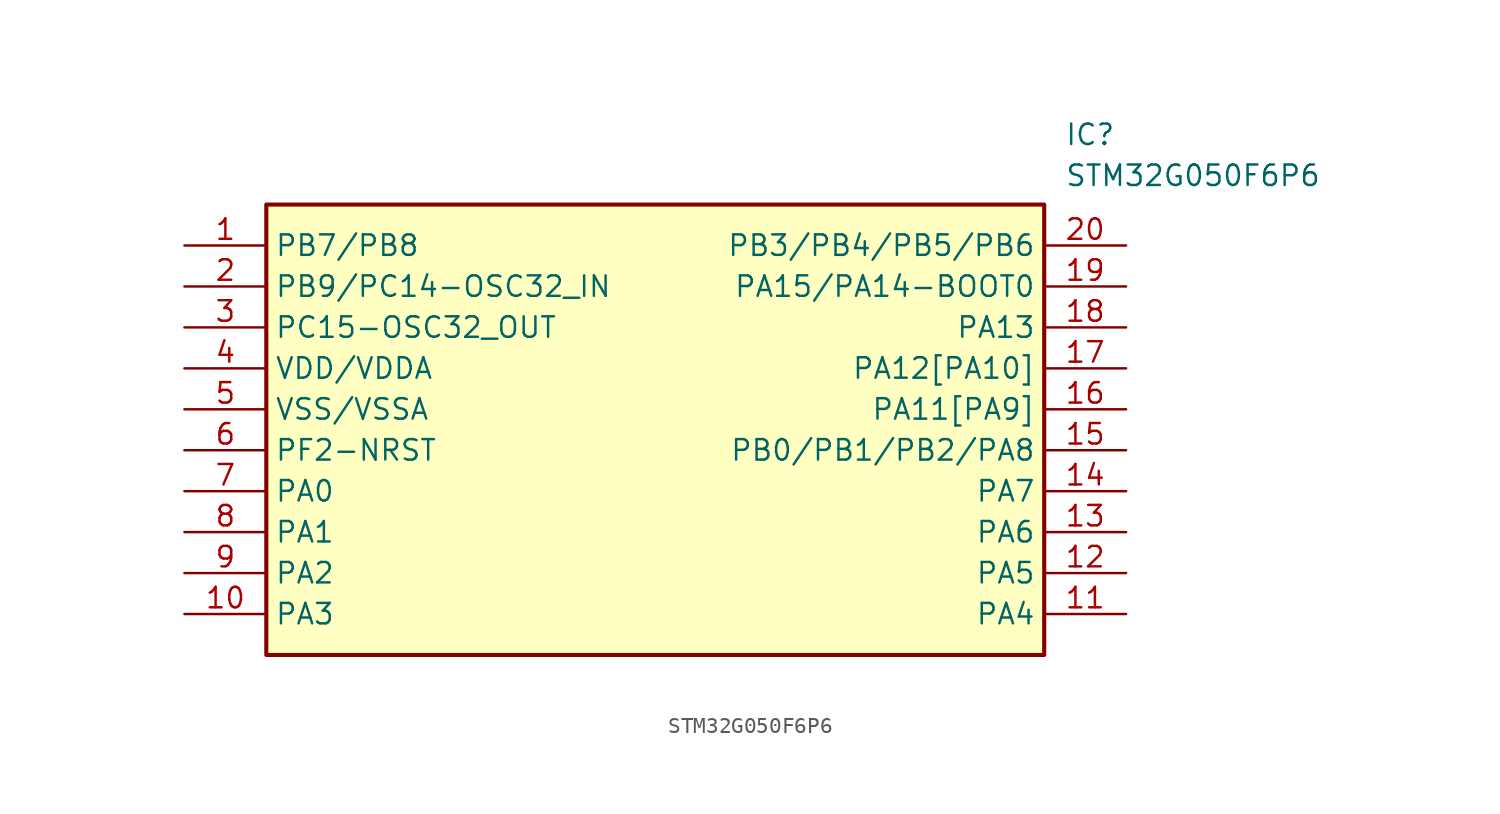
<source format=kicad_sym>
(kicad_symbol_lib
  (version 20211014)
  (generator SamacSys_ECAD_Model)
  (symbol "STM32G050F6P6"
    (property "Reference" "IC"
      (at 54.61 7.62 0)
      (effects (font (size 1.27 1.27)) (justify left top)))
    (property "Value" "STM32G050F6P6"
      (at 54.61 5.08 0)
      (effects (font (size 1.27 1.27)) (justify left top)))
    (rectangle
      (start 5.08 2.54)
      (end 53.34 -25.4)
      (stroke (width 0.254) (type default))
      (fill (type background)))
    (pin passive line
      (at 0 0 0)
      (length 5.08)
      (name "PB7/PB8" (effects (font (size 1.27 1.27))))
      (number "1" (effects (font (size 1.27 1.27)))))
    (pin passive line
      (at 0 -2.54 0)
      (length 5.08)
      (name "PB9/PC14-OSC32_IN" (effects (font (size 1.27 1.27))))
      (number "2" (effects (font (size 1.27 1.27)))))
    (pin passive line
      (at 0 -5.08 0)
      (length 5.08)
      (name "PC15-OSC32_OUT" (effects (font (size 1.27 1.27))))
      (number "3" (effects (font (size 1.27 1.27)))))
    (pin passive line
      (at 0 -7.62 0)
      (length 5.08)
      (name "VDD/VDDA" (effects (font (size 1.27 1.27))))
      (number "4" (effects (font (size 1.27 1.27)))))
    (pin passive line
      (at 0 -10.16 0)
      (length 5.08)
      (name "VSS/VSSA" (effects (font (size 1.27 1.27))))
      (number "5" (effects (font (size 1.27 1.27)))))
    (pin passive line
      (at 0 -12.7 0)
      (length 5.08)
      (name "PF2-NRST" (effects (font (size 1.27 1.27))))
      (number "6" (effects (font (size 1.27 1.27)))))
    (pin passive line
      (at 0 -15.24 0)
      (length 5.08)
      (name "PA0" (effects (font (size 1.27 1.27))))
      (number "7" (effects (font (size 1.27 1.27)))))
    (pin passive line
      (at 0 -17.78 0)
      (length 5.08)
      (name "PA1" (effects (font (size 1.27 1.27))))
      (number "8" (effects (font (size 1.27 1.27)))))
    (pin passive line
      (at 0 -20.32 0)
      (length 5.08)
      (name "PA2" (effects (font (size 1.27 1.27))))
      (number "9" (effects (font (size 1.27 1.27)))))
    (pin passive line
      (at 0 -22.86 0)
      (length 5.08)
      (name "PA3" (effects (font (size 1.27 1.27))))
      (number "10" (effects (font (size 1.27 1.27)))))
    (pin passive line
      (at 58.42 0 180)
      (length 5.08)
      (name "PB3/PB4/PB5/PB6" (effects (font (size 1.27 1.27))))
      (number "20" (effects (font (size 1.27 1.27)))))
    (pin passive line
      (at 58.42 -2.54 180)
      (length 5.08)
      (name "PA15/PA14-BOOT0" (effects (font (size 1.27 1.27))))
      (number "19" (effects (font (size 1.27 1.27)))))
    (pin passive line
      (at 58.42 -5.08 180)
      (length 5.08)
      (name "PA13" (effects (font (size 1.27 1.27))))
      (number "18" (effects (font (size 1.27 1.27)))))
    (pin passive line
      (at 58.42 -7.62 180)
      (length 5.08)
      (name "PA12[PA10]" (effects (font (size 1.27 1.27))))
      (number "17" (effects (font (size 1.27 1.27)))))
    (pin passive line
      (at 58.42 -10.16 180)
      (length 5.08)
      (name "PA11[PA9]" (effects (font (size 1.27 1.27))))
      (number "16" (effects (font (size 1.27 1.27)))))
    (pin passive line
      (at 58.42 -12.7 180)
      (length 5.08)
      (name "PB0/PB1/PB2/PA8" (effects (font (size 1.27 1.27))))
      (number "15" (effects (font (size 1.27 1.27)))))
    (pin passive line
      (at 58.42 -15.24 180)
      (length 5.08)
      (name "PA7" (effects (font (size 1.27 1.27))))
      (number "14" (effects (font (size 1.27 1.27)))))
    (pin passive line
      (at 58.42 -17.78 180)
      (length 5.08)
      (name "PA6" (effects (font (size 1.27 1.27))))
      (number "13" (effects (font (size 1.27 1.27)))))
    (pin passive line
      (at 58.42 -20.32 180)
      (length 5.08)
      (name "PA5" (effects (font (size 1.27 1.27))))
      (number "12" (effects (font (size 1.27 1.27)))))
    (pin passive line
      (at 58.42 -22.86 180)
      (length 5.08)
      (name "PA4" (effects (font (size 1.27 1.27))))
      (number "11" (effects (font (size 1.27 1.27)))))))
</source>
